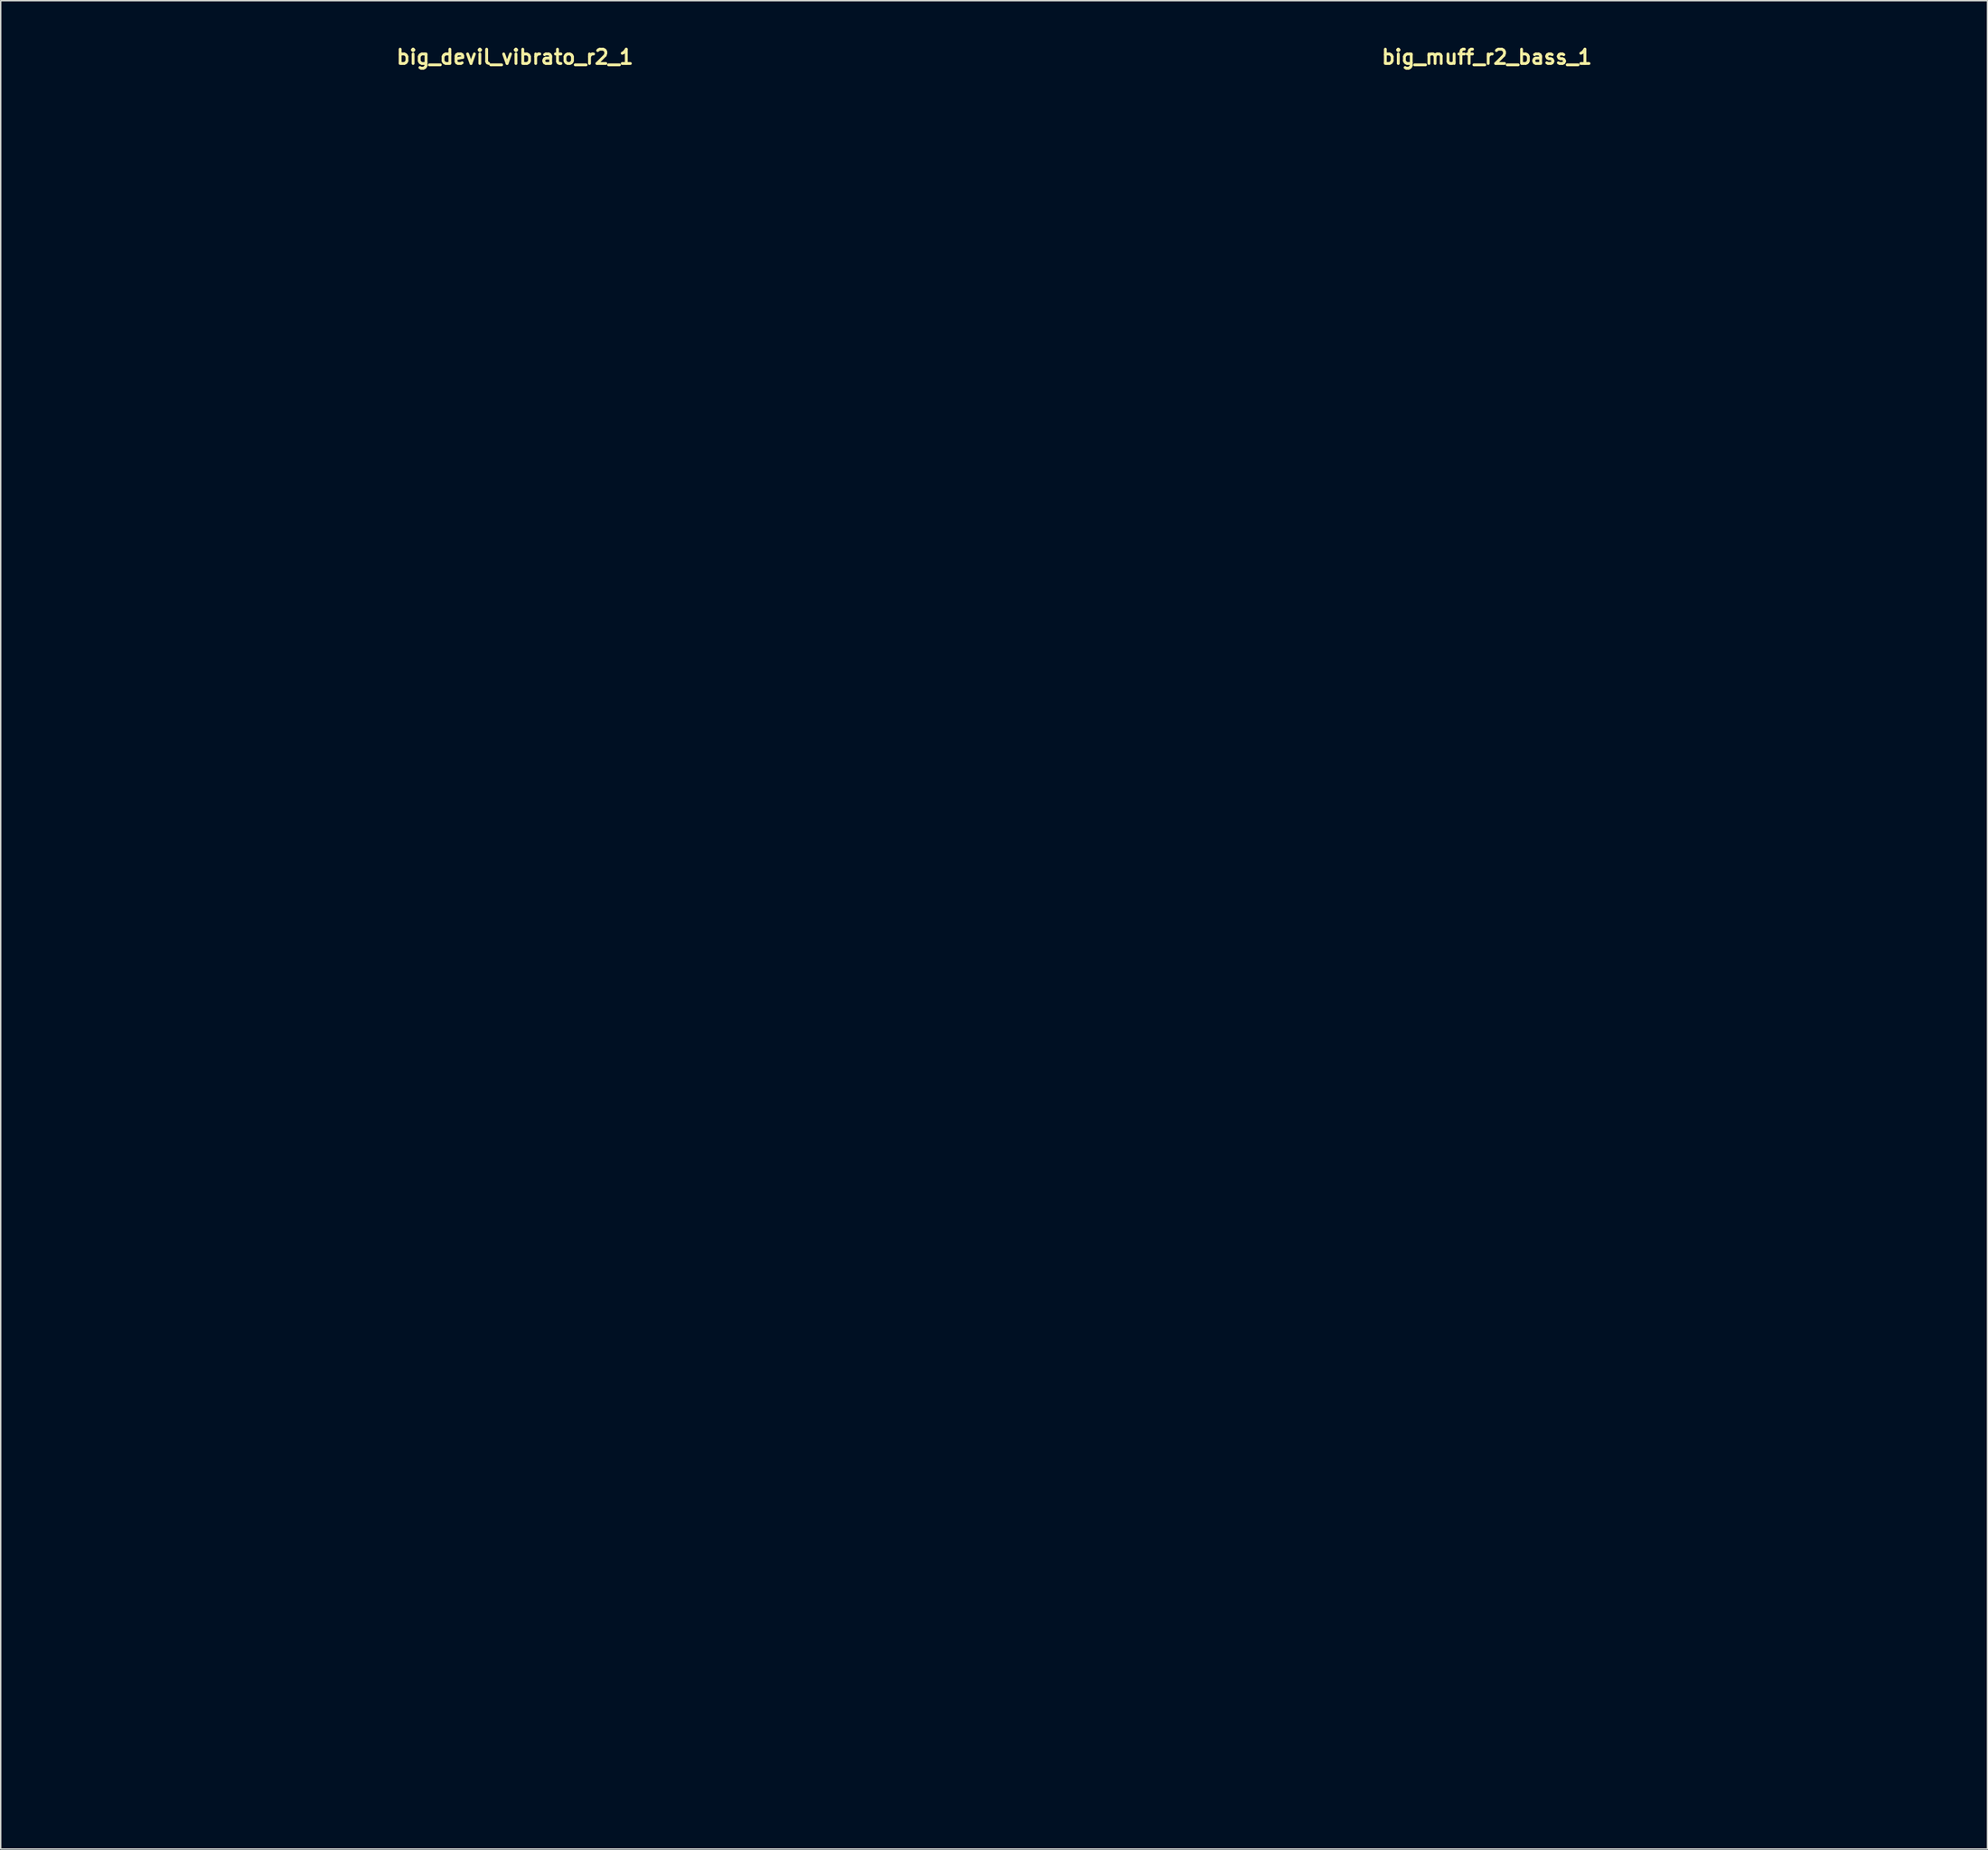
<source format=kicad_pcb>
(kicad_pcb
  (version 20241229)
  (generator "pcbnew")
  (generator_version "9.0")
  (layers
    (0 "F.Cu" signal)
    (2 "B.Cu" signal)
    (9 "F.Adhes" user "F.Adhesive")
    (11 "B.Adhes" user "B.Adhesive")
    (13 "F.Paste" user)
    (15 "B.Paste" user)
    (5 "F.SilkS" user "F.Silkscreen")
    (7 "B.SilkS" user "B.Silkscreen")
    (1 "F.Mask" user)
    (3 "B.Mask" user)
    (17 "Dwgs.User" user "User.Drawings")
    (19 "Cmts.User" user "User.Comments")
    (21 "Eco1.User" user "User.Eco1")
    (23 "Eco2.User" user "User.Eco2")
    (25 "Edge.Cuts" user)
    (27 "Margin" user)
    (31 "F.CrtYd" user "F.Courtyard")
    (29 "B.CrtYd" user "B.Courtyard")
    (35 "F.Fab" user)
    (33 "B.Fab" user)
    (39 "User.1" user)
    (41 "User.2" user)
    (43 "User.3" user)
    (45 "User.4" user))
  (footprint "big_muff_r2_bass_1"
    (layer "F.Cu")
    (at 100.9 58.975)
    (property "Reference" "big_muff_r2_bass_1" (at 0 -58.039 0) (layer "F.SilkS") (effects (font (size 1 1) (thickness 0.2))))
    (attr through_hole)
    (fp_line (start -31.8 -57.25) (end -31.8 57.25) (stroke (width 0.4) (type solid)) (layer "Eco1.User"))
    (fp_line (start -31.8 -57.25) (end 31.8 -57.25) (stroke (width 0.4) (type solid)) (layer "Eco1.User"))
    (fp_line (start -31.8 57.25) (end 31.8 57.25) (stroke (width 0.4) (type solid)) (layer "Eco1.User"))
    (fp_line (start -30.45 -55.75) (end -30.45 55.75) (stroke (width 0.4) (type solid)) (layer "Eco1.User"))
    (fp_line (start -30.45 -55.75) (end 30.45 -55.75) (stroke (width 0.4) (type solid)) (layer "Eco1.User"))
    (fp_line (start -30.45 55.75) (end 30.45 55.75) (stroke (width 0.4) (type solid)) (layer "Eco1.User"))
    (fp_line (start 30.45 -55.75) (end 30.45 55.75) (stroke (width 0.4) (type solid)) (layer "Eco1.User"))
    (fp_line (start 31.8 -57.25) (end 31.8 57.25) (stroke (width 0.4) (type solid)) (layer "Eco1.User"))
    (fp_circle (center -19.05 -40.44) (end -15.35 -40.44) (stroke (width 0.4) (type solid)) (fill no) (layer "Eco1.User"))
    (fp_circle (center -19.05 -40.44) (end -9.55 -40.44) (stroke (width 0.4) (type solid)) (fill no) (layer "Eco1.User"))
    (fp_circle (center 0 -26.67) (end 3.7 -26.67) (stroke (width 0.4) (type solid)) (fill no) (layer "Eco1.User"))
    (fp_circle (center 0 -26.67) (end 9.5 -26.67) (stroke (width 0.4) (type solid)) (fill no) (layer "Eco1.User"))
    (fp_circle (center 0 -7.62) (end 2.65 -7.62) (stroke (width 0.4) (type solid)) (fill no) (layer "Eco1.User"))
    (fp_circle (center 0 19.05) (end 6.5 19.05) (stroke (width 0.4) (type solid)) (fill no) (layer "Eco1.User"))
    (fp_circle (center 0 19.05) (end 9.75 19.05) (stroke (width 0.4) (type solid)) (fill no) (layer "Eco1.User"))
    (fp_circle (center 19.05 -40.44) (end 22.75 -40.44) (stroke (width 0.4) (type solid)) (fill no) (layer "Eco1.User"))
    (fp_circle (center 19.05 -40.44) (end 28.55 -40.44) (stroke (width 0.4) (type solid)) (fill no) (layer "Eco1.User"))
    (fp_line (start -31.8 -57.25) (end -31.8 57.25) (stroke (width 0.4) (type solid)) (layer "Eco2.User"))
    (fp_line (start -31.8 -57.25) (end 31.8 -57.25) (stroke (width 0.4) (type solid)) (layer "Eco2.User"))
    (fp_line (start -31.8 57.25) (end 31.8 57.25) (stroke (width 0.4) (type solid)) (layer "Eco2.User"))
    (fp_line (start 31.8 -57.25) (end 31.8 57.25) (stroke (width 0.4) (type solid)) (layer "Eco2.User"))
    (fp_text user "SUSTAIN" (at 19.05 -27.305 0) (unlocked yes) (layer "Eco2.User") (effects (font (size 3 3) (thickness 0.5))))
    (fp_text user "↑9V↑" (at 0 -51.435 0) (unlocked yes) (layer "Eco2.User") (effects (font (size 3 3) (thickness 0.5))))
    (fp_text user "VOLUME" (at -19.05 -27.305 0) (unlocked yes) (layer "Eco2.User") (effects (font (size 3 3) (thickness 0.5))))
    (fp_text user "←OUT" (at -28.575 1.27 0) (unlocked yes) (layer "Eco2.User") (effects (font (size 3 3) (thickness 0.5)) (justify left)))
    (fp_text user "IN→" (at 28.575 1.27 0) (unlocked yes) (layer "Eco2.User") (effects (font (size 3 3) (thickness 0.5)) (justify right)))
    (fp_text user "-ТТКРЧПДЛ-\nBIG MUFF\nBASS\nREV. 2" (at 0 42.545 0) (unlocked yes) (layer "Eco2.User") (effects (font (size 3 3) (thickness 0.5))))
    (fp_text user "TONE" (at 0 -13.535 0) (unlocked yes) (layer "Eco2.User") (effects (font (size 3 3) (thickness 0.5)))))
  (footprint "big_devil_vibrato_r2_1"
    (layer "F.Cu")
    (at 32.95 62.404)
    (property "Reference" "big_devil_vibrato_r2_1" (at 0 -61.468 0) (layer "F.SilkS") (effects (font (size 1 1) (thickness 0.2))))
    (attr through_hole)
    (fp_line (start -32.75 -60.6) (end -32.75 60.6) (stroke (width 0.4) (type solid)) (layer "Eco1.User"))
    (fp_line (start -32.75 -60.6) (end 32.75 -60.6) (stroke (width 0.4) (type solid)) (layer "Eco1.User"))
    (fp_line (start -32.75 60.6) (end 32.75 60.6) (stroke (width 0.4) (type solid)) (layer "Eco1.User"))
    (fp_line (start -31.15 -59) (end -31.15 59) (stroke (width 0.4) (type solid)) (layer "Eco1.User"))
    (fp_line (start -31.15 -59) (end 31.15 -59) (stroke (width 0.4) (type solid)) (layer "Eco1.User"))
    (fp_line (start -31.15 59) (end 31.15 59) (stroke (width 0.4) (type solid)) (layer "Eco1.User"))
    (fp_line (start 31.15 -59) (end 31.15 59) (stroke (width 0.4) (type solid)) (layer "Eco1.User"))
    (fp_line (start 32.75 -60.6) (end 32.75 60.6) (stroke (width 0.4) (type solid)) (layer "Eco1.User"))
    (fp_circle (center -24.57 -1.27) (end -23.07 -1.27) (stroke (width 0.4) (type solid)) (fill no) (layer "Eco1.User"))
    (fp_circle (center -24.57 -1.27) (end -21.07 -1.27) (stroke (width 0.4) (type solid)) (fill no) (layer "Eco1.User"))
    (fp_circle (center -15.24 -31.55) (end -11.54 -31.55) (stroke (width 0.4) (type solid)) (fill no) (layer "Eco1.User"))
    (fp_circle (center -15.24 -31.55) (end -5.74 -31.55) (stroke (width 0.4) (type solid)) (fill no) (layer "Eco1.User"))
    (fp_circle (center 0 35.56) (end 6.5 35.56) (stroke (width 0.4) (type solid)) (fill no) (layer "Eco1.User"))
    (fp_circle (center 0 35.56) (end 9.75 35.56) (stroke (width 0.4) (type solid)) (fill no) (layer "Eco1.User"))
    (fp_circle (center 0 52.07) (end 2.65 52.07) (stroke (width 0.4) (type solid)) (fill no) (layer "Eco1.User"))
    (fp_circle (center 15.24 -31.55) (end 18.94 -31.55) (stroke (width 0.4) (type solid)) (fill no) (layer "Eco1.User"))
    (fp_circle (center 15.24 -31.55) (end 24.74 -31.55) (stroke (width 0.4) (type solid)) (fill no) (layer "Eco1.User"))
    (fp_circle (center 24.57 -1.27) (end 26.07 -1.27) (stroke (width 0.4) (type solid)) (fill no) (layer "Eco1.User"))
    (fp_circle (center 24.57 -1.27) (end 28.07 -1.27) (stroke (width 0.4) (type solid)) (fill no) (layer "Eco1.User")))
  (gr_rect
    (start -3 -3)
    (end 135.9 126.204)
    (stroke (width 0.1) (type default))
    (fill no)
    (layer "Edge.Cuts")))
</source>
